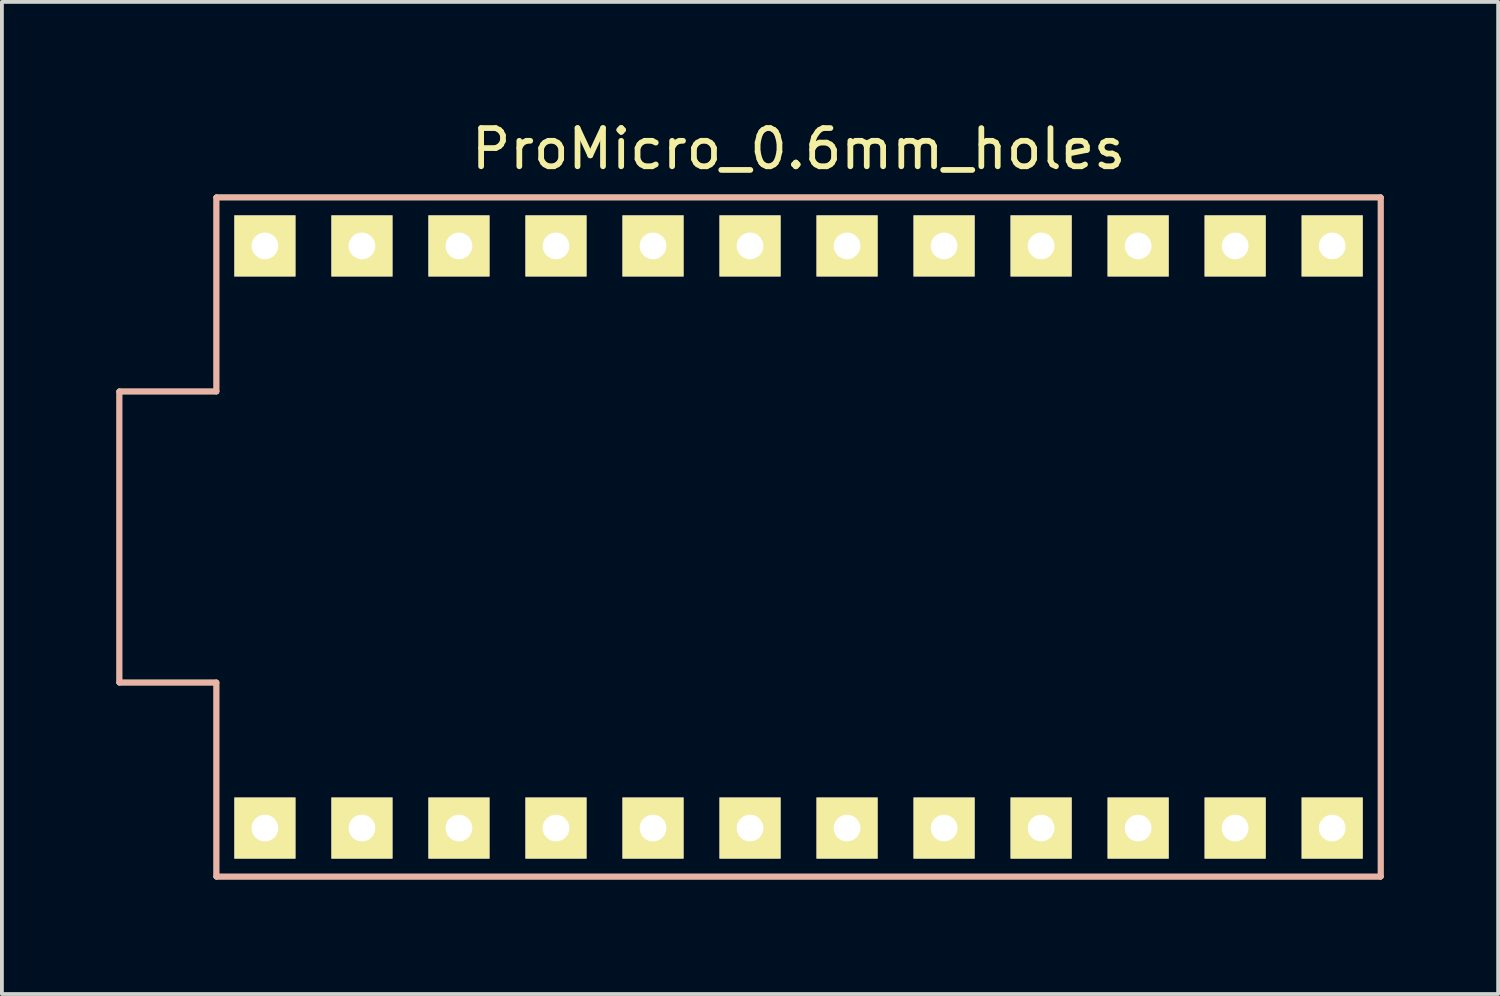
<source format=kicad_pcb>
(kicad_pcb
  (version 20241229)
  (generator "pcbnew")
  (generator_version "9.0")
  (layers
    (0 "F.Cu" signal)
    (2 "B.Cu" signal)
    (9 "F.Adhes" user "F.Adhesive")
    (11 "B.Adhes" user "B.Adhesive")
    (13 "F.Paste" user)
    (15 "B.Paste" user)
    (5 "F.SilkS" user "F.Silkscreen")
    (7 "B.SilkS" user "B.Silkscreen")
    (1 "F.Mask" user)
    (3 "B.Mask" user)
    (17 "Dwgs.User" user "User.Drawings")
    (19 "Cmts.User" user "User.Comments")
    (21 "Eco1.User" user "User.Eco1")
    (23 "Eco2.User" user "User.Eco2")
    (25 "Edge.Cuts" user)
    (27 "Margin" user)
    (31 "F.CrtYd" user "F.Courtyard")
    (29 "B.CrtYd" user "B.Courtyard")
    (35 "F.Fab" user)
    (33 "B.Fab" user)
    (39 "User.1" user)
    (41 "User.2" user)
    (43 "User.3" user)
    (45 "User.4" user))
  (footprint "ProMicro_0.6mm_holes"
    (layer "F.Cu")
    (at 17.855 11.008)
    (property "Reference" "ProMicro_0.6mm_holes" (at 0 -10.16 0) (layer "F.SilkS") (effects (font (size 1 1) (thickness 0.15))))
    (attr through_hole)
    (fp_line (start -17.78 -3.81) (end -15.24 -3.81) (stroke (width 0.15) (type solid)) (layer "F.SilkS"))
    (fp_line (start -17.78 3.81) (end -17.78 -3.81) (stroke (width 0.15) (type solid)) (layer "F.SilkS"))
    (fp_line (start -15.24 -8.89) (end 15.24 -8.89) (stroke (width 0.15) (type solid)) (layer "F.SilkS"))
    (fp_line (start -15.24 -3.81) (end -15.24 -8.89) (stroke (width 0.15) (type solid)) (layer "F.SilkS"))
    (fp_line (start -15.24 3.81) (end -17.78 3.81) (stroke (width 0.15) (type solid)) (layer "F.SilkS"))
    (fp_line (start -15.24 8.89) (end -15.24 3.81) (stroke (width 0.15) (type solid)) (layer "F.SilkS"))
    (fp_line (start -15.24 8.89) (end 15.24 8.89) (stroke (width 0.15) (type solid)) (layer "F.SilkS"))
    (fp_line (start 15.24 -8.89) (end 15.24 8.89) (stroke (width 0.15) (type solid)) (layer "F.SilkS"))
    (fp_line (start -17.78 -3.81) (end -15.24 -3.81) (stroke (width 0.15) (type solid)) (layer "B.SilkS"))
    (fp_line (start -17.78 3.81) (end -17.78 -3.81) (stroke (width 0.15) (type solid)) (layer "B.SilkS"))
    (fp_line (start -15.24 -8.89) (end 15.24 -8.89) (stroke (width 0.15) (type solid)) (layer "B.SilkS"))
    (fp_line (start -15.24 -3.81) (end -15.24 -8.89) (stroke (width 0.15) (type solid)) (layer "B.SilkS"))
    (fp_line (start -15.24 3.81) (end -17.78 3.81) (stroke (width 0.15) (type solid)) (layer "B.SilkS"))
    (fp_line (start -15.24 8.89) (end -15.24 3.81) (stroke (width 0.15) (type solid)) (layer "B.SilkS"))
    (fp_line (start 15.24 -8.89) (end 15.24 8.89) (stroke (width 0.15) (type solid)) (layer "B.SilkS"))
    (fp_line (start 15.24 8.89) (end -15.24 8.89) (stroke (width 0.15) (type solid)) (layer "B.SilkS"))
    (pad "1" thru_hole rect (at -13.97 7.62) (size 1.6 1.6) (drill 0.7) (layers "*.Cu" "*.Mask" "F.SilkS"))
    (pad "2" thru_hole rect (at -11.43 7.62) (size 1.6 1.6) (drill 0.7) (layers "*.Cu" "*.Mask" "F.SilkS"))
    (pad "3" thru_hole rect (at -8.89 7.62) (size 1.6 1.6) (drill 0.7) (layers "*.Cu" "*.Mask" "F.SilkS"))
    (pad "4" thru_hole rect (at -6.35 7.62) (size 1.6 1.6) (drill 0.7) (layers "*.Cu" "*.Mask" "F.SilkS"))
    (pad "5" thru_hole rect (at -3.81 7.62) (size 1.6 1.6) (drill 0.7) (layers "*.Cu" "*.Mask" "F.SilkS"))
    (pad "6" thru_hole rect (at -1.27 7.62) (size 1.6 1.6) (drill 0.7) (layers "*.Cu" "*.Mask" "F.SilkS"))
    (pad "7" thru_hole rect (at 1.27 7.62) (size 1.6 1.6) (drill 0.7) (layers "*.Cu" "*.Mask" "F.SilkS"))
    (pad "8" thru_hole rect (at 3.81 7.62) (size 1.6 1.6) (drill 0.7) (layers "*.Cu" "*.Mask" "F.SilkS"))
    (pad "9" thru_hole rect (at 6.35 7.62) (size 1.6 1.6) (drill 0.7) (layers "*.Cu" "*.Mask" "F.SilkS"))
    (pad "10" thru_hole rect (at 8.89 7.62) (size 1.6 1.6) (drill 0.7) (layers "*.Cu" "*.Mask" "F.SilkS"))
    (pad "11" thru_hole rect (at 11.43 7.62) (size 1.6 1.6) (drill 0.7) (layers "*.Cu" "*.Mask" "F.SilkS"))
    (pad "12" thru_hole rect (at 13.97 7.62) (size 1.6 1.6) (drill 0.7) (layers "*.Cu" "*.Mask" "F.SilkS"))
    (pad "13" thru_hole rect (at 13.97 -7.62) (size 1.6 1.6) (drill 0.7) (layers "*.Cu" "*.Mask" "F.SilkS"))
    (pad "14" thru_hole rect (at 11.43 -7.62) (size 1.6 1.6) (drill 0.7) (layers "*.Cu" "*.Mask" "F.SilkS"))
    (pad "15" thru_hole rect (at 8.89 -7.62) (size 1.6 1.6) (drill 0.7) (layers "*.Cu" "*.Mask" "F.SilkS"))
    (pad "16" thru_hole rect (at 6.35 -7.62) (size 1.6 1.6) (drill 0.7) (layers "*.Cu" "*.Mask" "F.SilkS"))
    (pad "17" thru_hole rect (at 3.81 -7.62) (size 1.6 1.6) (drill 0.7) (layers "*.Cu" "*.Mask" "F.SilkS"))
    (pad "18" thru_hole rect (at 1.27 -7.62) (size 1.6 1.6) (drill 0.7) (layers "*.Cu" "*.Mask" "F.SilkS"))
    (pad "19" thru_hole rect (at -1.27 -7.62) (size 1.6 1.6) (drill 0.7) (layers "*.Cu" "*.Mask" "F.SilkS"))
    (pad "20" thru_hole rect (at -3.81 -7.62) (size 1.6 1.6) (drill 0.7) (layers "*.Cu" "*.Mask" "F.SilkS"))
    (pad "21" thru_hole rect (at -6.35 -7.62) (size 1.6 1.6) (drill 0.7) (layers "*.Cu" "*.Mask" "F.SilkS"))
    (pad "22" thru_hole rect (at -8.89 -7.62) (size 1.6 1.6) (drill 0.7) (layers "*.Cu" "*.Mask" "F.SilkS"))
    (pad "23" thru_hole rect (at -11.43 -7.62) (size 1.6 1.6) (drill 0.7) (layers "*.Cu" "*.Mask" "F.SilkS"))
    (pad "24" thru_hole rect (at -13.97 -7.62) (size 1.6 1.6) (drill 0.7) (layers "*.Cu" "*.Mask" "F.SilkS")))
  (gr_rect
    (start -3 -3)
    (end 36.17 22.973)
    (stroke (width 0.1) (type default))
    (fill no)
    (layer "Edge.Cuts")))
</source>
